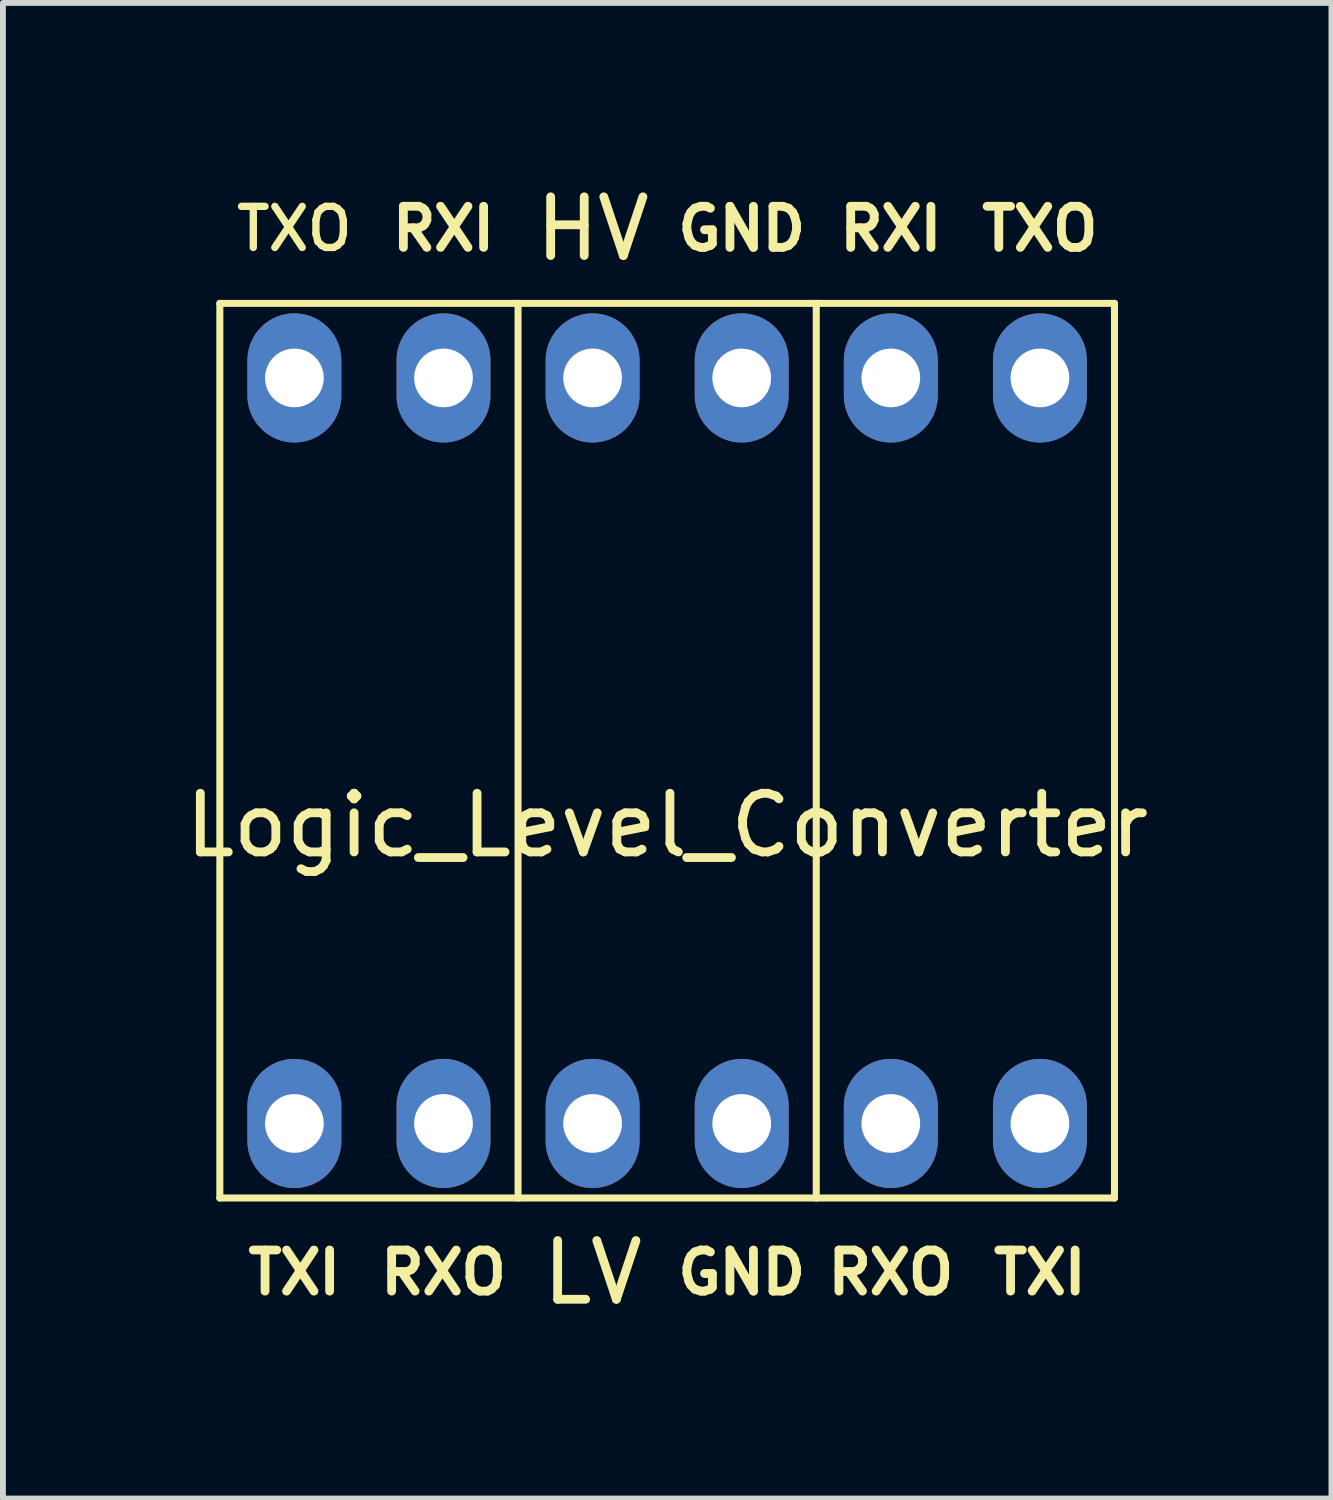
<source format=kicad_pcb>
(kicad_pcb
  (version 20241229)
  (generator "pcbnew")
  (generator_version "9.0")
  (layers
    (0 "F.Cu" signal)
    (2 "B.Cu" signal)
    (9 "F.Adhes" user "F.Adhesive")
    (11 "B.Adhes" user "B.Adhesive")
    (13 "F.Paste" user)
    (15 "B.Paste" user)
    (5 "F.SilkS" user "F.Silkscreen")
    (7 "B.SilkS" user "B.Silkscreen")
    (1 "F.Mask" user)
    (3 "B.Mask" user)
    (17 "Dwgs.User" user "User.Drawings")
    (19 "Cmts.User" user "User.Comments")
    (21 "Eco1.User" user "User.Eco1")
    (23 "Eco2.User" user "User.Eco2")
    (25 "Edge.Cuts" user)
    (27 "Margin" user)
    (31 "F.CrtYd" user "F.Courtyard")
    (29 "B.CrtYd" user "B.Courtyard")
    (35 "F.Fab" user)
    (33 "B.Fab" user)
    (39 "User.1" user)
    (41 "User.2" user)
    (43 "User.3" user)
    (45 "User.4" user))
  (footprint "Logic_Level_Converter"
    (layer "F.Cu")
    (at 8.315 9.738)
    (property "Reference" "Logic_Level_Converter" (at 0 1.27 0) (layer "F.SilkS") (effects (font (size 1 1) (thickness 0.15))))
    (attr through_hole)
    (fp_line (start -7.62 -7.62) (end 7.62 -7.62) (stroke (width 0.12) (type solid)) (layer "F.SilkS"))
    (fp_line (start -7.62 7.62) (end -7.62 -7.62) (stroke (width 0.12) (type solid)) (layer "F.SilkS"))
    (fp_line (start -2.54 -7.62) (end -2.54 7.62) (stroke (width 0.12) (type solid)) (layer "F.SilkS"))
    (fp_line (start 2.54 -7.62) (end 2.54 7.62) (stroke (width 0.12) (type solid)) (layer "F.SilkS"))
    (fp_line (start 7.62 -7.62) (end 7.62 7.62) (stroke (width 0.12) (type solid)) (layer "F.SilkS"))
    (fp_line (start 7.62 7.62) (end -7.62 7.62) (stroke (width 0.12) (type solid)) (layer "F.SilkS"))
    (fp_text user "HV" (at -1.27 -8.89 0) (layer "F.SilkS") (effects (font (size 1 1) (thickness 0.15))))
    (fp_text user "RXO" (at -3.81 8.89 0) (layer "F.SilkS") (effects (font (size 0.7 0.7) (thickness 0.15))))
    (fp_text user "GND" (at 1.27 8.89 0) (layer "F.SilkS") (effects (font (size 0.7 0.7) (thickness 0.15))))
    (fp_text user "TXI" (at -6.35 8.89 0) (layer "F.SilkS") (effects (font (size 0.7 0.7) (thickness 0.15))))
    (fp_text user "GND" (at 1.27 -8.89 0) (layer "F.SilkS") (effects (font (size 0.7 0.7) (thickness 0.15))))
    (fp_text user "TXI" (at 6.35 8.89 0) (layer "F.SilkS") (effects (font (size 0.7 0.7) (thickness 0.15))))
    (fp_text user "TXO" (at -6.35 -8.89 0) (layer "F.SilkS") (effects (font (size 0.7 0.7) (thickness 0.125))))
    (fp_text user "TXO" (at 6.35 -8.89 0) (layer "F.SilkS") (effects (font (size 0.7 0.7) (thickness 0.15))))
    (fp_text user "RXO" (at 3.81 8.89 0) (layer "F.SilkS") (effects (font (size 0.7 0.7) (thickness 0.15))))
    (fp_text user "LV" (at -1.27 8.89 0) (layer "F.SilkS") (effects (font (size 1 1) (thickness 0.15))))
    (fp_text user "RXI" (at -3.81 -8.89 0) (layer "F.SilkS") (effects (font (size 0.7 0.7) (thickness 0.15))))
    (fp_text user "RXI" (at 3.81 -8.89 0) (layer "F.SilkS") (effects (font (size 0.7 0.7) (thickness 0.15))))
    (pad "1" thru_hole oval (at -6.35 -6.35) (size 1.6 2.2) (drill 1) (layers "*.Cu" "*.Mask"))
    (pad "2" thru_hole oval (at -3.81 -6.35) (size 1.6 2.2) (drill 1) (layers "*.Cu" "*.Mask"))
    (pad "3" thru_hole oval (at -1.27 -6.35) (size 1.6 2.2) (drill 1) (layers "*.Cu" "*.Mask"))
    (pad "4" thru_hole oval (at 1.27 -6.35) (size 1.6 2.2) (drill 1) (layers "*.Cu" "*.Mask"))
    (pad "5" thru_hole oval (at 3.81 -6.35) (size 1.6 2.2) (drill 1) (layers "*.Cu" "*.Mask"))
    (pad "6" thru_hole oval (at 6.35 -6.35) (size 1.6 2.2) (drill 1) (layers "*.Cu" "*.Mask"))
    (pad "7" thru_hole oval (at 6.35 6.35) (size 1.6 2.2) (drill 1) (layers "*.Cu" "*.Mask"))
    (pad "8" thru_hole oval (at 3.81 6.35) (size 1.6 2.2) (drill 1) (layers "*.Cu" "*.Mask"))
    (pad "9" thru_hole oval (at 1.27 6.35) (size 1.6 2.2) (drill 1) (layers "*.Cu" "*.Mask"))
    (pad "10" thru_hole oval (at -1.27 6.35) (size 1.6 2.2) (drill 1) (layers "*.Cu" "*.Mask"))
    (pad "11" thru_hole oval (at -3.81 6.35) (size 1.6 2.2) (drill 1) (layers "*.Cu" "*.Mask"))
    (pad "12" thru_hole oval (at -6.35 6.35) (size 1.6 2.2) (drill 1) (layers "*.Cu" "*.Mask")))
  (gr_rect
    (start -3 -3)
    (end 19.631 22.477)
    (stroke (width 0.1) (type default))
    (fill no)
    (layer "Edge.Cuts")))
</source>
